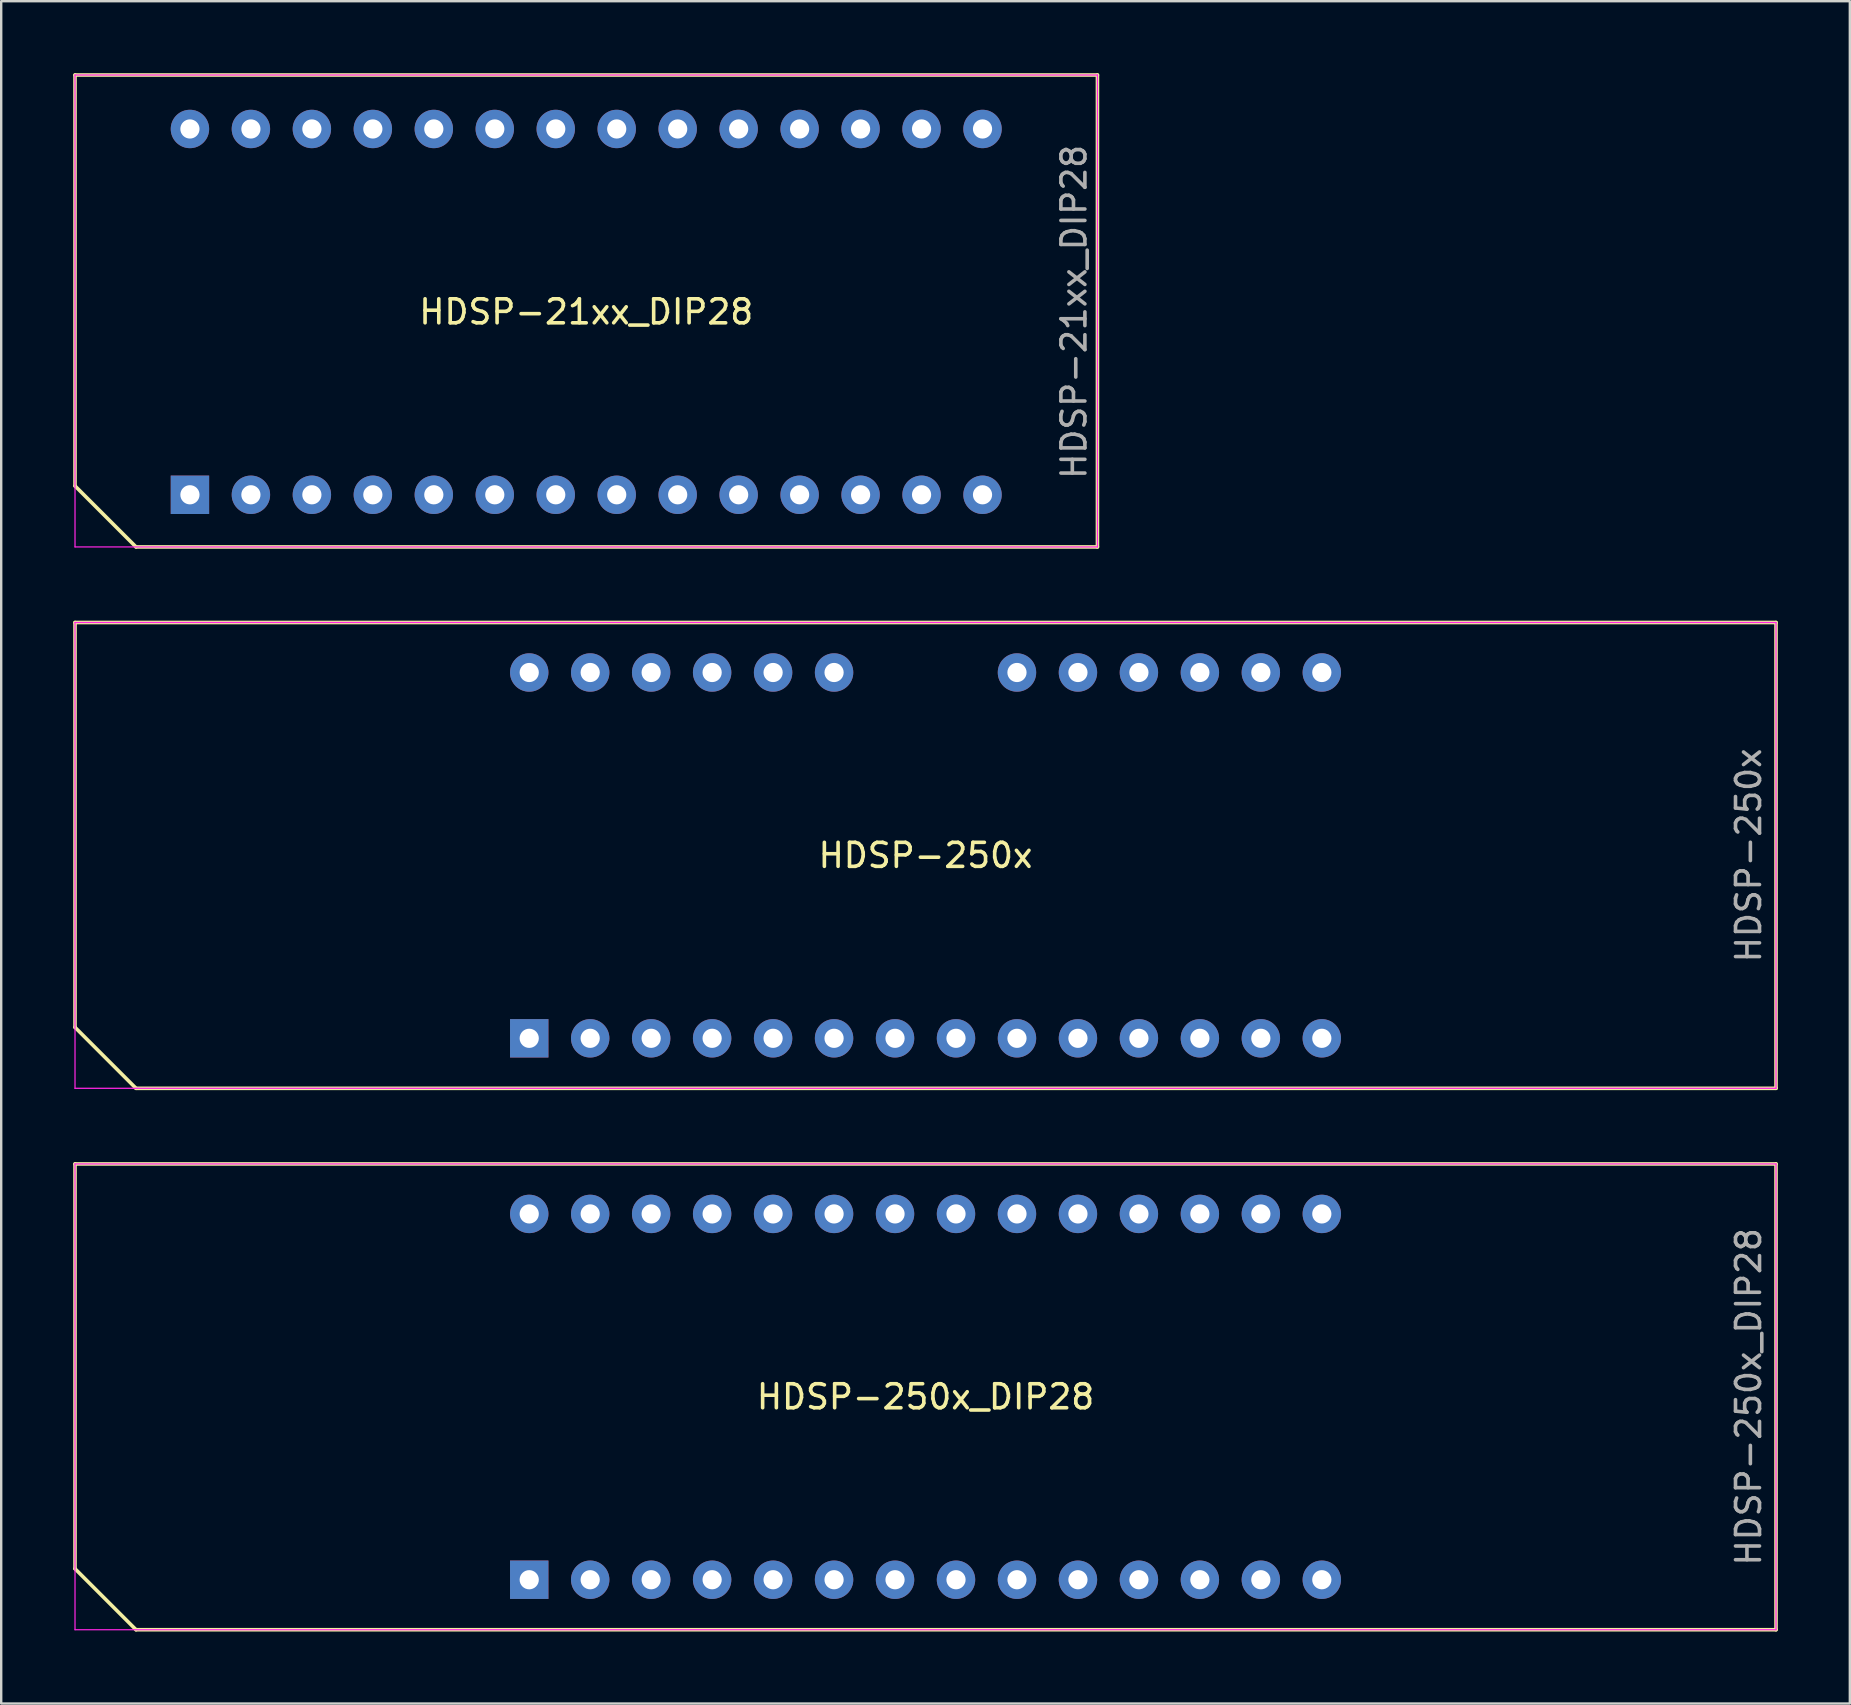
<source format=kicad_pcb>
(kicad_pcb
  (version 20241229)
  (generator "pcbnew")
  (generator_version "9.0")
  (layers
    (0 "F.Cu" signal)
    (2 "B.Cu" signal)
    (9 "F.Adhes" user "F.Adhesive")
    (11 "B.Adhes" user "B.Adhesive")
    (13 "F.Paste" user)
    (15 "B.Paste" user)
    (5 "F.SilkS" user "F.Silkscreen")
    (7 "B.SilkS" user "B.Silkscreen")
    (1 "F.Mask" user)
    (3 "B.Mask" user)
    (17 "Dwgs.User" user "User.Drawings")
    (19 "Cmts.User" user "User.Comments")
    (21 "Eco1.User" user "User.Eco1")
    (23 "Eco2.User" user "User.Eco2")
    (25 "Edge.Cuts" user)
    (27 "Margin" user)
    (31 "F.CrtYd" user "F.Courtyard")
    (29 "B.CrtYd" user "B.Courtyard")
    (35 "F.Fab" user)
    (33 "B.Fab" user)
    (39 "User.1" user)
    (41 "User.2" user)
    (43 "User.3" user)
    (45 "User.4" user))
  (footprint "HDSP-250x"
    (layer "F.Cu")
    (at 18.998 40.207)
    (property "Reference" "HDSP-250x" (at 16.51 -7.62 0) (layer "F.SilkS") (effects (font (size 1 1) (thickness 0.15))))
    (attr through_hole)
    (fp_line (start -18.923 -17.323) (end -18.923 -0.457) (stroke (width 0.15) (type solid)) (layer "F.SilkS"))
    (fp_line (start -18.923 -17.323) (end 51.943 -17.323) (stroke (width 0.15) (type solid)) (layer "F.SilkS"))
    (fp_line (start -18.923 -0.457) (end -16.383 2.083) (stroke (width 0.15) (type solid)) (layer "F.SilkS"))
    (fp_line (start -16.383 2.083) (end 51.943 2.083) (stroke (width 0.15) (type solid)) (layer "F.SilkS"))
    (fp_line (start 51.943 -17.323) (end 51.943 2.083) (stroke (width 0.15) (type solid)) (layer "F.SilkS"))
    (fp_line (start -18.923 -17.323) (end -18.923 2.083) (stroke (width 0.051) (type solid)) (layer "F.CrtYd"))
    (fp_line (start -18.923 -17.323) (end 51.943 -17.323) (stroke (width 0.051) (type solid)) (layer "F.CrtYd"))
    (fp_line (start -18.923 2.083) (end 51.943 2.083) (stroke (width 0.051) (type solid)) (layer "F.CrtYd"))
    (fp_line (start 51.943 -17.323) (end 51.943 2.083) (stroke (width 0.051) (type solid)) (layer "F.CrtYd"))
    (fp_text user "${REFERENCE}" (at 50.8 -7.62 90) (layer "F.Fab") (effects (font (size 1 1) (thickness 0.15))))
    (pad "1" thru_hole rect (at 0 0 90) (size 1.6 1.6) (drill 0.8) (layers "*.Cu" "*.Mask"))
    (pad "2" thru_hole oval (at 2.54 0 90) (size 1.6 1.6) (drill 0.8) (layers "*.Cu" "*.Mask"))
    (pad "3" thru_hole oval (at 5.08 0 90) (size 1.6 1.6) (drill 0.8) (layers "*.Cu" "*.Mask"))
    (pad "4" thru_hole oval (at 7.62 0 90) (size 1.6 1.6) (drill 0.8) (layers "*.Cu" "*.Mask"))
    (pad "5" thru_hole oval (at 10.16 0 90) (size 1.6 1.6) (drill 0.8) (layers "*.Cu" "*.Mask"))
    (pad "6" thru_hole oval (at 12.7 0 90) (size 1.6 1.6) (drill 0.8) (layers "*.Cu" "*.Mask"))
    (pad "7" thru_hole oval (at 15.24 0 90) (size 1.6 1.6) (drill 0.8) (layers "*.Cu" "*.Mask"))
    (pad "8" thru_hole oval (at 17.78 0 90) (size 1.6 1.6) (drill 0.8) (layers "*.Cu" "*.Mask"))
    (pad "9" thru_hole oval (at 20.32 0 90) (size 1.6 1.6) (drill 0.8) (layers "*.Cu" "*.Mask"))
    (pad "10" thru_hole oval (at 22.86 0 90) (size 1.6 1.6) (drill 0.8) (layers "*.Cu" "*.Mask"))
    (pad "11" thru_hole oval (at 25.4 0 90) (size 1.6 1.6) (drill 0.8) (layers "*.Cu" "*.Mask"))
    (pad "12" thru_hole oval (at 27.94 0 90) (size 1.6 1.6) (drill 0.8) (layers "*.Cu" "*.Mask"))
    (pad "13" thru_hole oval (at 30.48 0 90) (size 1.6 1.6) (drill 0.8) (layers "*.Cu" "*.Mask"))
    (pad "14" thru_hole oval (at 33.02 0 90) (size 1.6 1.6) (drill 0.8) (layers "*.Cu" "*.Mask"))
    (pad "15" thru_hole oval (at 33.02 -15.24 90) (size 1.6 1.6) (drill 0.8) (layers "*.Cu" "*.Mask"))
    (pad "16" thru_hole oval (at 30.48 -15.24 90) (size 1.6 1.6) (drill 0.8) (layers "*.Cu" "*.Mask"))
    (pad "17" thru_hole oval (at 27.94 -15.24 90) (size 1.6 1.6) (drill 0.8) (layers "*.Cu" "*.Mask"))
    (pad "18" thru_hole oval (at 25.4 -15.24 90) (size 1.6 1.6) (drill 0.8) (layers "*.Cu" "*.Mask"))
    (pad "19" thru_hole oval (at 22.86 -15.24 90) (size 1.6 1.6) (drill 0.8) (layers "*.Cu" "*.Mask"))
    (pad "20" thru_hole oval (at 20.32 -15.24 90) (size 1.6 1.6) (drill 0.8) (layers "*.Cu" "*.Mask"))
    (pad "23" thru_hole oval (at 12.7 -15.24 90) (size 1.6 1.6) (drill 0.8) (layers "*.Cu" "*.Mask"))
    (pad "24" thru_hole oval (at 10.16 -15.24 90) (size 1.6 1.6) (drill 0.8) (layers "*.Cu" "*.Mask"))
    (pad "25" thru_hole oval (at 7.62 -15.24 90) (size 1.6 1.6) (drill 0.8) (layers "*.Cu" "*.Mask"))
    (pad "26" thru_hole oval (at 5.08 -15.24 90) (size 1.6 1.6) (drill 0.8) (layers "*.Cu" "*.Mask"))
    (pad "27" thru_hole oval (at 2.54 -15.24 90) (size 1.6 1.6) (drill 0.8) (layers "*.Cu" "*.Mask"))
    (pad "28" thru_hole oval (at 0 -15.24 90) (size 1.6 1.6) (drill 0.8) (layers "*.Cu" "*.Mask")))
  (footprint "HDSP-250x_DIP28"
    (layer "F.Cu")
    (at 18.998 62.763)
    (property "Reference" "HDSP-250x_DIP28" (at 16.51 -7.62 0) (layer "F.SilkS") (effects (font (size 1 1) (thickness 0.15))))
    (attr through_hole)
    (fp_line (start -18.923 -17.323) (end -18.923 -0.457) (stroke (width 0.15) (type solid)) (layer "F.SilkS"))
    (fp_line (start -18.923 -17.323) (end 51.943 -17.323) (stroke (width 0.15) (type solid)) (layer "F.SilkS"))
    (fp_line (start -18.923 -0.457) (end -16.383 2.083) (stroke (width 0.15) (type solid)) (layer "F.SilkS"))
    (fp_line (start -16.383 2.083) (end 51.943 2.083) (stroke (width 0.15) (type solid)) (layer "F.SilkS"))
    (fp_line (start 51.943 -17.323) (end 51.943 2.083) (stroke (width 0.15) (type solid)) (layer "F.SilkS"))
    (fp_line (start -18.923 -17.323) (end -18.923 2.083) (stroke (width 0.051) (type solid)) (layer "F.CrtYd"))
    (fp_line (start -18.923 -17.323) (end 51.943 -17.323) (stroke (width 0.051) (type solid)) (layer "F.CrtYd"))
    (fp_line (start -18.923 2.083) (end 51.943 2.083) (stroke (width 0.051) (type solid)) (layer "F.CrtYd"))
    (fp_line (start 51.943 -17.323) (end 51.943 2.083) (stroke (width 0.051) (type solid)) (layer "F.CrtYd"))
    (fp_text user "${REFERENCE}" (at 50.8 -7.62 90) (layer "F.Fab") (effects (font (size 1 1) (thickness 0.15))))
    (pad "1" thru_hole rect (at 0 0 90) (size 1.6 1.6) (drill 0.8) (layers "*.Cu" "*.Mask"))
    (pad "2" thru_hole oval (at 2.54 0 90) (size 1.6 1.6) (drill 0.8) (layers "*.Cu" "*.Mask"))
    (pad "3" thru_hole oval (at 5.08 0 90) (size 1.6 1.6) (drill 0.8) (layers "*.Cu" "*.Mask"))
    (pad "4" thru_hole oval (at 7.62 0 90) (size 1.6 1.6) (drill 0.8) (layers "*.Cu" "*.Mask"))
    (pad "5" thru_hole oval (at 10.16 0 90) (size 1.6 1.6) (drill 0.8) (layers "*.Cu" "*.Mask"))
    (pad "6" thru_hole oval (at 12.7 0 90) (size 1.6 1.6) (drill 0.8) (layers "*.Cu" "*.Mask"))
    (pad "7" thru_hole oval (at 15.24 0 90) (size 1.6 1.6) (drill 0.8) (layers "*.Cu" "*.Mask"))
    (pad "8" thru_hole oval (at 17.78 0 90) (size 1.6 1.6) (drill 0.8) (layers "*.Cu" "*.Mask"))
    (pad "9" thru_hole oval (at 20.32 0 90) (size 1.6 1.6) (drill 0.8) (layers "*.Cu" "*.Mask"))
    (pad "10" thru_hole oval (at 22.86 0 90) (size 1.6 1.6) (drill 0.8) (layers "*.Cu" "*.Mask"))
    (pad "11" thru_hole oval (at 25.4 0 90) (size 1.6 1.6) (drill 0.8) (layers "*.Cu" "*.Mask"))
    (pad "12" thru_hole oval (at 27.94 0 90) (size 1.6 1.6) (drill 0.8) (layers "*.Cu" "*.Mask"))
    (pad "13" thru_hole oval (at 30.48 0 90) (size 1.6 1.6) (drill 0.8) (layers "*.Cu" "*.Mask"))
    (pad "14" thru_hole oval (at 33.02 0 90) (size 1.6 1.6) (drill 0.8) (layers "*.Cu" "*.Mask"))
    (pad "15" thru_hole oval (at 33.02 -15.24 90) (size 1.6 1.6) (drill 0.8) (layers "*.Cu" "*.Mask"))
    (pad "16" thru_hole oval (at 30.48 -15.24 90) (size 1.6 1.6) (drill 0.8) (layers "*.Cu" "*.Mask"))
    (pad "17" thru_hole oval (at 27.94 -15.24 90) (size 1.6 1.6) (drill 0.8) (layers "*.Cu" "*.Mask"))
    (pad "18" thru_hole oval (at 25.4 -15.24 90) (size 1.6 1.6) (drill 0.8) (layers "*.Cu" "*.Mask"))
    (pad "19" thru_hole oval (at 22.86 -15.24 90) (size 1.6 1.6) (drill 0.8) (layers "*.Cu" "*.Mask"))
    (pad "20" thru_hole oval (at 20.32 -15.24 90) (size 1.6 1.6) (drill 0.8) (layers "*.Cu" "*.Mask"))
    (pad "21" thru_hole oval (at 17.78 -15.24 90) (size 1.6 1.6) (drill 0.8) (layers "*.Cu" "*.Mask"))
    (pad "22" thru_hole oval (at 15.24 -15.24 90) (size 1.6 1.6) (drill 0.8) (layers "*.Cu" "*.Mask"))
    (pad "23" thru_hole oval (at 12.7 -15.24 90) (size 1.6 1.6) (drill 0.8) (layers "*.Cu" "*.Mask"))
    (pad "24" thru_hole oval (at 10.16 -15.24 90) (size 1.6 1.6) (drill 0.8) (layers "*.Cu" "*.Mask"))
    (pad "25" thru_hole oval (at 7.62 -15.24 90) (size 1.6 1.6) (drill 0.8) (layers "*.Cu" "*.Mask"))
    (pad "26" thru_hole oval (at 5.08 -15.24 90) (size 1.6 1.6) (drill 0.8) (layers "*.Cu" "*.Mask"))
    (pad "27" thru_hole oval (at 2.54 -15.24 90) (size 1.6 1.6) (drill 0.8) (layers "*.Cu" "*.Mask"))
    (pad "28" thru_hole oval (at 0 -15.24 90) (size 1.6 1.6) (drill 0.8) (layers "*.Cu" "*.Mask")))
  (footprint "HDSP-21xx_DIP28"
    (layer "F.Cu")
    (at 4.863 17.563)
    (property "Reference" "HDSP-21xx_DIP28" (at 16.51 -7.62 0) (layer "F.SilkS") (effects (font (size 1 1) (thickness 0.15))))
    (attr through_hole)
    (fp_line (start -4.788 -17.488) (end -4.788 -0.368) (stroke (width 0.15) (type solid)) (layer "F.SilkS"))
    (fp_line (start -4.788 -17.488) (end 37.808 -17.488) (stroke (width 0.15) (type solid)) (layer "F.SilkS"))
    (fp_line (start -4.788 -0.368) (end -2.248 2.172) (stroke (width 0.15) (type solid)) (layer "F.SilkS"))
    (fp_line (start -2.248 2.172) (end 37.808 2.172) (stroke (width 0.15) (type solid)) (layer "F.SilkS"))
    (fp_line (start 37.808 -17.488) (end 37.808 2.172) (stroke (width 0.15) (type solid)) (layer "F.SilkS"))
    (fp_line (start -4.788 -17.488) (end -4.788 2.172) (stroke (width 0.051) (type solid)) (layer "F.CrtYd"))
    (fp_line (start -4.788 -17.488) (end 37.808 -17.488) (stroke (width 0.051) (type solid)) (layer "F.CrtYd"))
    (fp_line (start -4.788 2.172) (end 37.808 2.172) (stroke (width 0.051) (type solid)) (layer "F.CrtYd"))
    (fp_line (start 37.808 -17.488) (end 37.808 2.172) (stroke (width 0.051) (type solid)) (layer "F.CrtYd"))
    (fp_text user "${REFERENCE}" (at 36.83 -7.62 90) (layer "F.Fab") (effects (font (size 1 1) (thickness 0.15))))
    (pad "1" thru_hole rect (at 0 0 90) (size 1.6 1.6) (drill 0.8) (layers "*.Cu" "*.Mask"))
    (pad "2" thru_hole oval (at 2.54 0 90) (size 1.6 1.6) (drill 0.8) (layers "*.Cu" "*.Mask"))
    (pad "3" thru_hole oval (at 5.08 0 90) (size 1.6 1.6) (drill 0.8) (layers "*.Cu" "*.Mask"))
    (pad "4" thru_hole oval (at 7.62 0 90) (size 1.6 1.6) (drill 0.8) (layers "*.Cu" "*.Mask"))
    (pad "5" thru_hole oval (at 10.16 0 90) (size 1.6 1.6) (drill 0.8) (layers "*.Cu" "*.Mask"))
    (pad "6" thru_hole oval (at 12.7 0 90) (size 1.6 1.6) (drill 0.8) (layers "*.Cu" "*.Mask"))
    (pad "7" thru_hole oval (at 15.24 0 90) (size 1.6 1.6) (drill 0.8) (layers "*.Cu" "*.Mask"))
    (pad "8" thru_hole oval (at 17.78 0 90) (size 1.6 1.6) (drill 0.8) (layers "*.Cu" "*.Mask"))
    (pad "9" thru_hole oval (at 20.32 0 90) (size 1.6 1.6) (drill 0.8) (layers "*.Cu" "*.Mask"))
    (pad "10" thru_hole oval (at 22.86 0 90) (size 1.6 1.6) (drill 0.8) (layers "*.Cu" "*.Mask"))
    (pad "11" thru_hole oval (at 25.4 0 90) (size 1.6 1.6) (drill 0.8) (layers "*.Cu" "*.Mask"))
    (pad "12" thru_hole oval (at 27.94 0 90) (size 1.6 1.6) (drill 0.8) (layers "*.Cu" "*.Mask"))
    (pad "13" thru_hole oval (at 30.48 0 90) (size 1.6 1.6) (drill 0.8) (layers "*.Cu" "*.Mask"))
    (pad "14" thru_hole oval (at 33.02 0 90) (size 1.6 1.6) (drill 0.8) (layers "*.Cu" "*.Mask"))
    (pad "15" thru_hole oval (at 33.02 -15.24 90) (size 1.6 1.6) (drill 0.8) (layers "*.Cu" "*.Mask"))
    (pad "16" thru_hole oval (at 30.48 -15.24 90) (size 1.6 1.6) (drill 0.8) (layers "*.Cu" "*.Mask"))
    (pad "17" thru_hole oval (at 27.94 -15.24 90) (size 1.6 1.6) (drill 0.8) (layers "*.Cu" "*.Mask"))
    (pad "18" thru_hole oval (at 25.4 -15.24 90) (size 1.6 1.6) (drill 0.8) (layers "*.Cu" "*.Mask"))
    (pad "19" thru_hole oval (at 22.86 -15.24 90) (size 1.6 1.6) (drill 0.8) (layers "*.Cu" "*.Mask"))
    (pad "20" thru_hole oval (at 20.32 -15.24 90) (size 1.6 1.6) (drill 0.8) (layers "*.Cu" "*.Mask"))
    (pad "21" thru_hole oval (at 17.78 -15.24 90) (size 1.6 1.6) (drill 0.8) (layers "*.Cu" "*.Mask"))
    (pad "22" thru_hole oval (at 15.24 -15.24 90) (size 1.6 1.6) (drill 0.8) (layers "*.Cu" "*.Mask"))
    (pad "23" thru_hole oval (at 12.7 -15.24 90) (size 1.6 1.6) (drill 0.8) (layers "*.Cu" "*.Mask"))
    (pad "24" thru_hole oval (at 10.16 -15.24 90) (size 1.6 1.6) (drill 0.8) (layers "*.Cu" "*.Mask"))
    (pad "25" thru_hole oval (at 7.62 -15.24 90) (size 1.6 1.6) (drill 0.8) (layers "*.Cu" "*.Mask"))
    (pad "26" thru_hole oval (at 5.08 -15.24 90) (size 1.6 1.6) (drill 0.8) (layers "*.Cu" "*.Mask"))
    (pad "27" thru_hole oval (at 2.54 -15.24 90) (size 1.6 1.6) (drill 0.8) (layers "*.Cu" "*.Mask"))
    (pad "28" thru_hole oval (at 0 -15.24 90) (size 1.6 1.6) (drill 0.8) (layers "*.Cu" "*.Mask")))
  (gr_rect
    (start -3 -3)
    (end 74.016 67.921)
    (stroke (width 0.1) (type default))
    (fill no)
    (layer "Edge.Cuts")))
</source>
